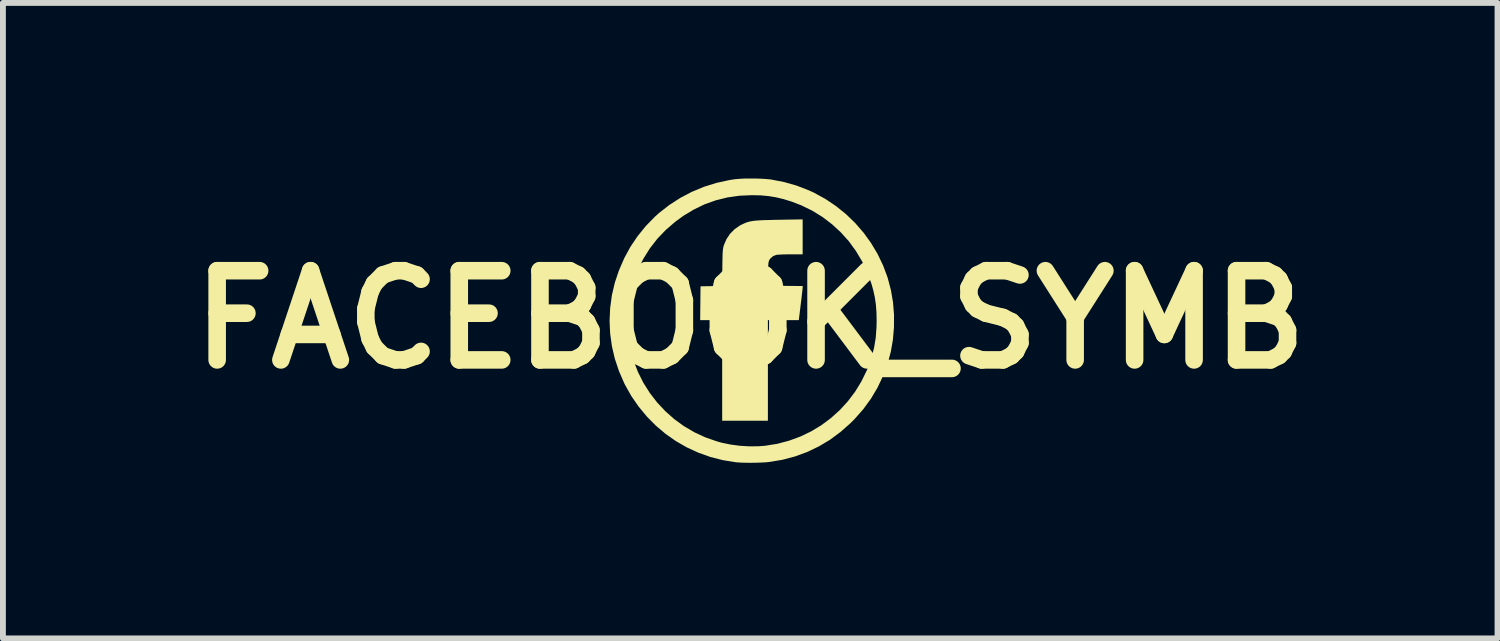
<source format=kicad_pcb>
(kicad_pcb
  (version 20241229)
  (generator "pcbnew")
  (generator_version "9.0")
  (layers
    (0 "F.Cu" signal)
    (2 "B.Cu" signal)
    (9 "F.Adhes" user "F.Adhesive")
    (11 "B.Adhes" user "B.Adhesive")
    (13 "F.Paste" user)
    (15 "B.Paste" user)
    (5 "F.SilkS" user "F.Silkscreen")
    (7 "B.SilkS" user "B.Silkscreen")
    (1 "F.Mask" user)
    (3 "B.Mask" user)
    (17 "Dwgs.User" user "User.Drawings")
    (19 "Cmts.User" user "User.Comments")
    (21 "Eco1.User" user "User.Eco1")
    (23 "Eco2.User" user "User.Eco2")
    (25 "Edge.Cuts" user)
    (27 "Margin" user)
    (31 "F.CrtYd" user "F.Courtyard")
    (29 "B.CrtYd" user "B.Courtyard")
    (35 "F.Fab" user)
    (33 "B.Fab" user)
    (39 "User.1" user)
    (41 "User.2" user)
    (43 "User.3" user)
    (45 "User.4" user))
  (footprint "FACEBOOK_SYMB"
    (layer "F.Cu")
    (at 9.768 2.41)
    (property "Reference" "FACEBOOK_SYMB" (at 0 0 0) (layer "F.SilkS") (effects (font (size 1.524 1.524) (thickness 0.3))))
    (attr board_only exclude_from_pos_files exclude_from_bom)
    (fp_poly (pts (xy 0.896 -1.115) (xy 0.69 -1.115) (xy 0.624 -1.114) (xy 0.562 -1.113) (xy 0.509 -1.11) (xy 0.468 -1.108) (xy 0.444 -1.105) (xy 0.444 -1.105) (xy 0.388 -1.082) (xy 0.344 -1.043) (xy 0.328 -1.02) (xy 0.321 -1.006) (xy 0.316 -0.99) (xy 0.312 -0.969) (xy 0.309 -0.939) (xy 0.308 -0.898) (xy 0.307 -0.842) (xy 0.307 -0.781) (xy 0.307 -0.578) (xy 0.896 -0.573) (xy 0.896 -0.549) (xy 0.895 -0.533) (xy 0.891 -0.499) (xy 0.886 -0.45) (xy 0.879 -0.39) (xy 0.871 -0.322) (xy 0.863 -0.258) (xy 0.83 0.01) (xy 0.302 0.01) (xy 0.302 1.729) (xy -0.479 1.729) (xy -0.479 0.01) (xy -0.855 0.01) (xy -0.852 -0.279) (xy -0.849 -0.568) (xy -0.67 -0.571) (xy -0.604 -0.572) (xy -0.557 -0.573) (xy -0.525 -0.575) (xy -0.505 -0.578) (xy -0.493 -0.582) (xy -0.488 -0.588) (xy -0.485 -0.596) (xy -0.485 -0.597) (xy -0.483 -0.613) (xy -0.482 -0.647) (xy -0.48 -0.696) (xy -0.479 -0.757) (xy -0.477 -0.828) (xy -0.476 -0.904) (xy -0.476 -0.912) (xy -0.475 -0.999) (xy -0.473 -1.069) (xy -0.472 -1.123) (xy -0.469 -1.165) (xy -0.466 -1.198) (xy -0.462 -1.225) (xy -0.457 -1.247) (xy -0.451 -1.269) (xy -0.45 -1.271) (xy -0.406 -1.374) (xy -0.345 -1.465) (xy -0.268 -1.543) (xy -0.177 -1.607) (xy -0.141 -1.625) (xy -0.105 -1.642) (xy -0.071 -1.656) (xy -0.036 -1.668) (xy 0.002 -1.677) (xy 0.046 -1.685) (xy 0.097 -1.691) (xy 0.159 -1.695) (xy 0.233 -1.699) (xy 0.321 -1.701) (xy 0.427 -1.704) (xy 0.5 -1.705) (xy 0.896 -1.712)) (stroke (width 0) (type solid)) (fill yes) (layer "F.SilkS"))
    (fp_poly (pts (xy 0.083 -2.41) (xy 0.178 -2.407) (xy 0.265 -2.402) (xy 0.339 -2.395) (xy 0.355 -2.393) (xy 0.578 -2.35) (xy 0.792 -2.289) (xy 0.999 -2.209) (xy 1.089 -2.168) (xy 1.284 -2.061) (xy 1.467 -1.938) (xy 1.638 -1.8) (xy 1.795 -1.648) (xy 1.938 -1.483) (xy 2.065 -1.307) (xy 2.177 -1.119) (xy 2.271 -0.923) (xy 2.347 -0.719) (xy 2.403 -0.508) (xy 2.405 -0.499) (xy 2.44 -0.293) (xy 2.457 -0.081) (xy 2.456 0.132) (xy 2.438 0.344) (xy 2.402 0.55) (xy 2.349 0.748) (xy 2.348 0.754) (xy 2.269 0.965) (xy 2.174 1.165) (xy 2.062 1.353) (xy 1.932 1.531) (xy 1.783 1.7) (xy 1.712 1.771) (xy 1.542 1.921) (xy 1.363 2.054) (xy 1.173 2.167) (xy 0.975 2.262) (xy 0.768 2.338) (xy 0.553 2.395) (xy 0.333 2.432) (xy 0.265 2.439) (xy 0.183 2.443) (xy 0.092 2.446) (xy -0.001 2.447) (xy -0.092 2.446) (xy -0.175 2.443) (xy -0.243 2.438) (xy -0.25 2.437) (xy -0.468 2.402) (xy -0.68 2.348) (xy -0.884 2.275) (xy -1.081 2.185) (xy -1.269 2.077) (xy -1.446 1.953) (xy -1.612 1.813) (xy -1.765 1.658) (xy -1.905 1.489) (xy -2.031 1.307) (xy -2.14 1.113) (xy -2.152 1.089) (xy -2.242 0.882) (xy -2.313 0.67) (xy -2.363 0.456) (xy -2.393 0.239) (xy -2.402 0.045) (xy -2.105 0.045) (xy -2.095 0.231) (xy -2.071 0.411) (xy -2.053 0.496) (xy -1.994 0.701) (xy -1.918 0.896) (xy -1.825 1.081) (xy -1.715 1.255) (xy -1.59 1.417) (xy -1.451 1.565) (xy -1.299 1.7) (xy -1.134 1.82) (xy -0.957 1.924) (xy -0.77 2.011) (xy -0.573 2.08) (xy -0.484 2.105) (xy -0.337 2.135) (xy -0.18 2.156) (xy -0.02 2.166) (xy 0.137 2.165) (xy 0.255 2.156) (xy 0.462 2.123) (xy 0.663 2.07) (xy 0.856 1.999) (xy 1.04 1.911) (xy 1.214 1.806) (xy 1.378 1.684) (xy 1.529 1.548) (xy 1.667 1.398) (xy 1.791 1.234) (xy 1.899 1.058) (xy 1.991 0.87) (xy 2.015 0.812) (xy 2.074 0.645) (xy 2.117 0.478) (xy 2.145 0.307) (xy 2.158 0.127) (xy 2.16 0.021) (xy 2.157 -0.124) (xy 2.147 -0.256) (xy 2.129 -0.38) (xy 2.102 -0.503) (xy 2.072 -0.609) (xy 2 -0.808) (xy 1.911 -0.996) (xy 1.805 -1.173) (xy 1.684 -1.339) (xy 1.547 -1.491) (xy 1.396 -1.63) (xy 1.233 -1.754) (xy 1.057 -1.862) (xy 0.87 -1.953) (xy 0.708 -2.015) (xy 0.57 -2.058) (xy 0.44 -2.089) (xy 0.312 -2.11) (xy 0.178 -2.122) (xy 0.031 -2.125) (xy 0.029 -2.125) (xy -0.183 -2.116) (xy -0.388 -2.087) (xy -0.586 -2.038) (xy -0.777 -1.97) (xy -0.962 -1.881) (xy -1.141 -1.773) (xy -1.281 -1.671) (xy -1.442 -1.532) (xy -1.587 -1.381) (xy -1.714 -1.217) (xy -1.825 -1.04) (xy -1.92 -0.852) (xy -1.997 -0.652) (xy -2.042 -0.499) (xy -2.078 -0.325) (xy -2.099 -0.142) (xy -2.105 0.045) (xy -2.402 0.045) (xy -2.403 0.021) (xy -2.393 -0.197) (xy -2.364 -0.414) (xy -2.314 -0.628) (xy -2.243 -0.84) (xy -2.153 -1.046) (xy -2.153 -1.048) (xy -2.045 -1.246) (xy -1.922 -1.428) (xy -1.785 -1.597) (xy -1.632 -1.754) (xy -1.559 -1.82) (xy -1.382 -1.958) (xy -1.194 -2.079) (xy -0.996 -2.183) (xy -0.789 -2.269) (xy -0.574 -2.336) (xy -0.353 -2.384) (xy -0.26 -2.398) (xy -0.192 -2.404) (xy -0.108 -2.409) (xy -0.014 -2.41)) (stroke (width 0) (type solid)) (fill yes) (layer "F.SilkS")))
  (gr_rect
    (start -3 -3)
    (end 22.536 7.857)
    (stroke (width 0.1) (type default))
    (fill no)
    (layer "Edge.Cuts")))
</source>
